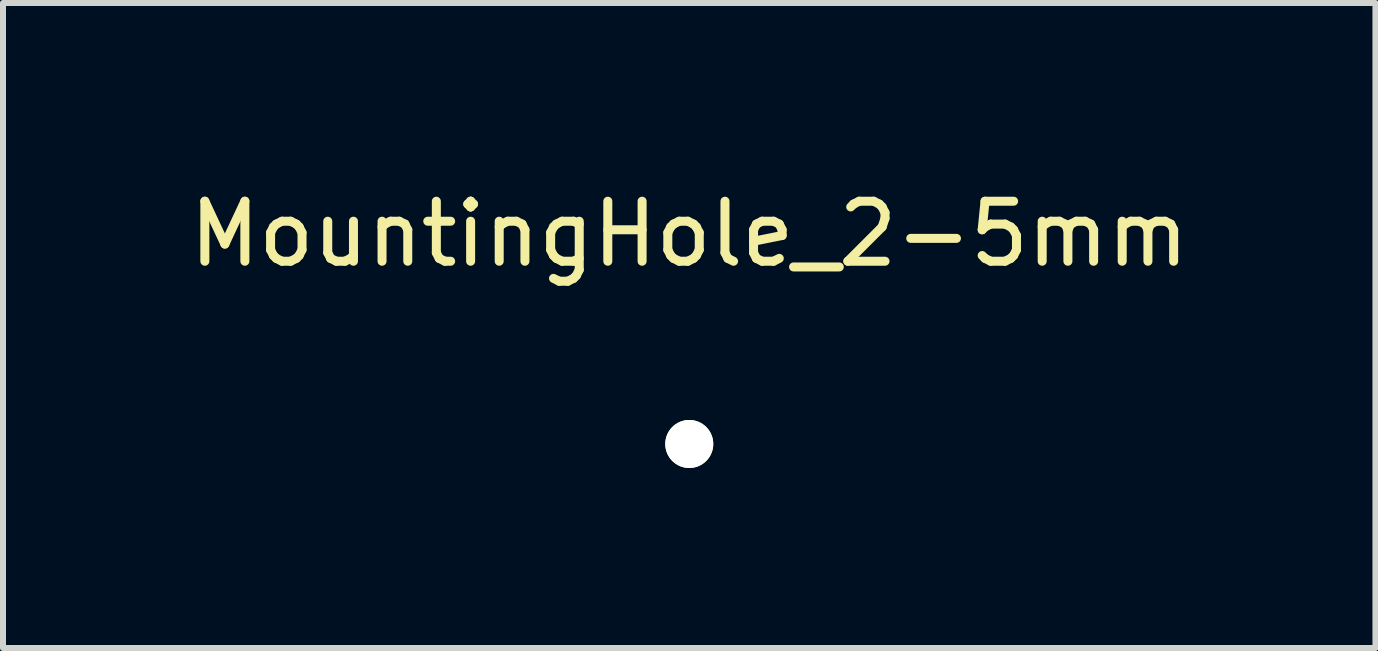
<source format=kicad_pcb>
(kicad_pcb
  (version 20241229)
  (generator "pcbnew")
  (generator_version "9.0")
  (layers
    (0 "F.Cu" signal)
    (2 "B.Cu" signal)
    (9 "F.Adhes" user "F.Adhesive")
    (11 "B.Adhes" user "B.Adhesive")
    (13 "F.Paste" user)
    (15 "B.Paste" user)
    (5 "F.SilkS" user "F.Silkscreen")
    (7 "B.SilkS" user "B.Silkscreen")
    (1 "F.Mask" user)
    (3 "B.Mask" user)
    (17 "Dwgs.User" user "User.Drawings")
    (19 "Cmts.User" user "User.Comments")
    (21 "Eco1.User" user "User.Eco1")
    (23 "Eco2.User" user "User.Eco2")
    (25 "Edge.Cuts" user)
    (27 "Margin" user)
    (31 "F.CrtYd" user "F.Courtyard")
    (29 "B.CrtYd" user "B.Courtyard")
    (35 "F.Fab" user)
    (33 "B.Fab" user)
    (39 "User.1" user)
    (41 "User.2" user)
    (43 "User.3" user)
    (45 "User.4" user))
  (footprint "MountingHole_2-5mm"
    (layer "F.Cu")
    (at 8.435 4.348)
    (property "Reference" "MountingHole_2-5mm" (at 0 -3.5 0) (layer "F.SilkS") (effects (font (size 1 1) (thickness 0.15))))
    (attr through_hole)
    (pad "" np_thru_hole circle (at 0 0) (size 0.8 0.8) (drill oval 0.8) (layers "*.Cu" "*.Mask" "F.SilkS")))
  (gr_rect
    (start -3 -3)
    (end 19.869 7.748)
    (stroke (width 0.1) (type default))
    (fill no)
    (layer "Edge.Cuts")))
</source>
